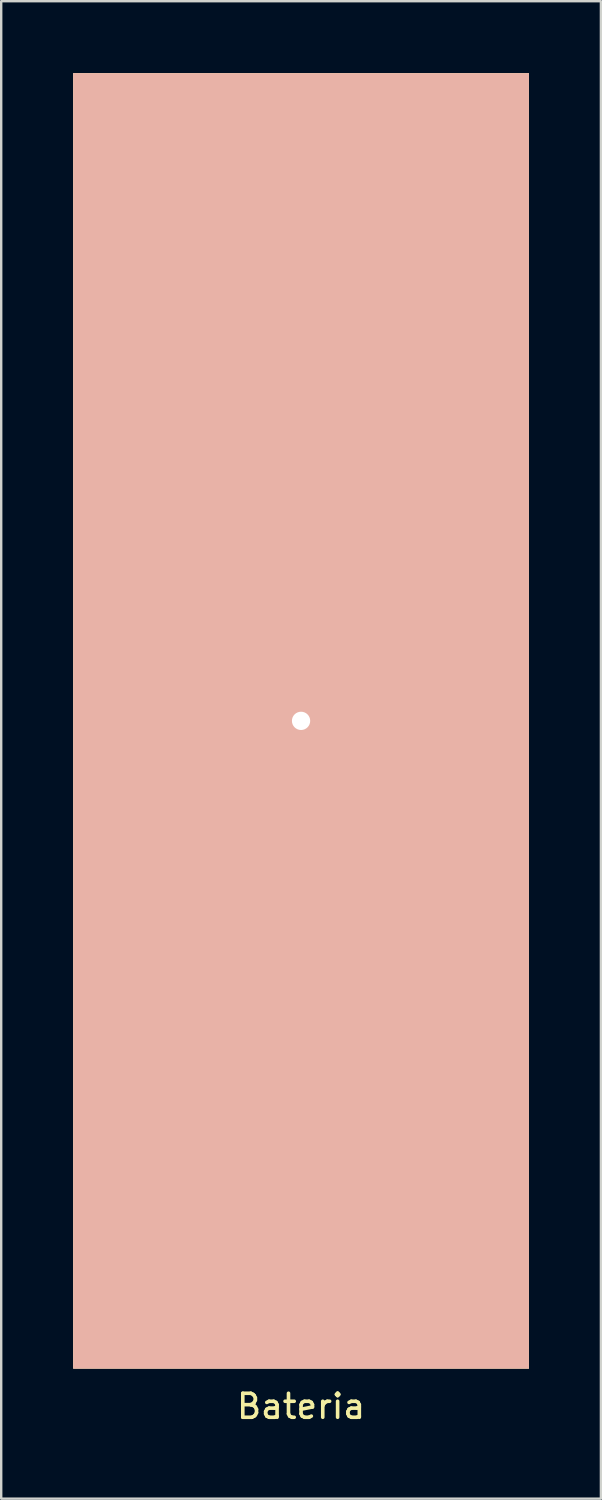
<source format=kicad_pcb>
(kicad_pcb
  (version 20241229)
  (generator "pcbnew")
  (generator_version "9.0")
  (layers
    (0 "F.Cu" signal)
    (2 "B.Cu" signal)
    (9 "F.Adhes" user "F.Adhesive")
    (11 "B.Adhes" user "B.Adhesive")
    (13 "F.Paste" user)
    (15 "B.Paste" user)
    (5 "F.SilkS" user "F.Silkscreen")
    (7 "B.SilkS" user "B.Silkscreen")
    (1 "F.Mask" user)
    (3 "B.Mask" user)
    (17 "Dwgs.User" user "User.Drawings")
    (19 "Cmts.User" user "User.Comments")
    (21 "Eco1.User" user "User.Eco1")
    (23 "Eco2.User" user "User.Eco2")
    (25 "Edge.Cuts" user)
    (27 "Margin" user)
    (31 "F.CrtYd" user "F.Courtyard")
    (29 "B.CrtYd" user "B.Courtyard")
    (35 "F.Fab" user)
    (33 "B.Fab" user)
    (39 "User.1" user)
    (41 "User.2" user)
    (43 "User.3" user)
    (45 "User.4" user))
  (footprint "Bateria"
    (layer "F.Cu")
    (at 9.5 27)
    (property "Reference" "Bateria" (at 0 28.575 0) (layer "F.SilkS") (effects (font (size 1 1) (thickness 0.15))))
    (attr through_hole)
    (pad "" np_thru_hole rect (at 0 0) (size 19 54) (drill 0.762) (layers "*.Cu" "*.SilkS")))
  (gr_rect
    (start -3 -3)
    (end 22 59.423)
    (stroke (width 0.1) (type default))
    (fill no)
    (layer "Edge.Cuts")))
</source>
